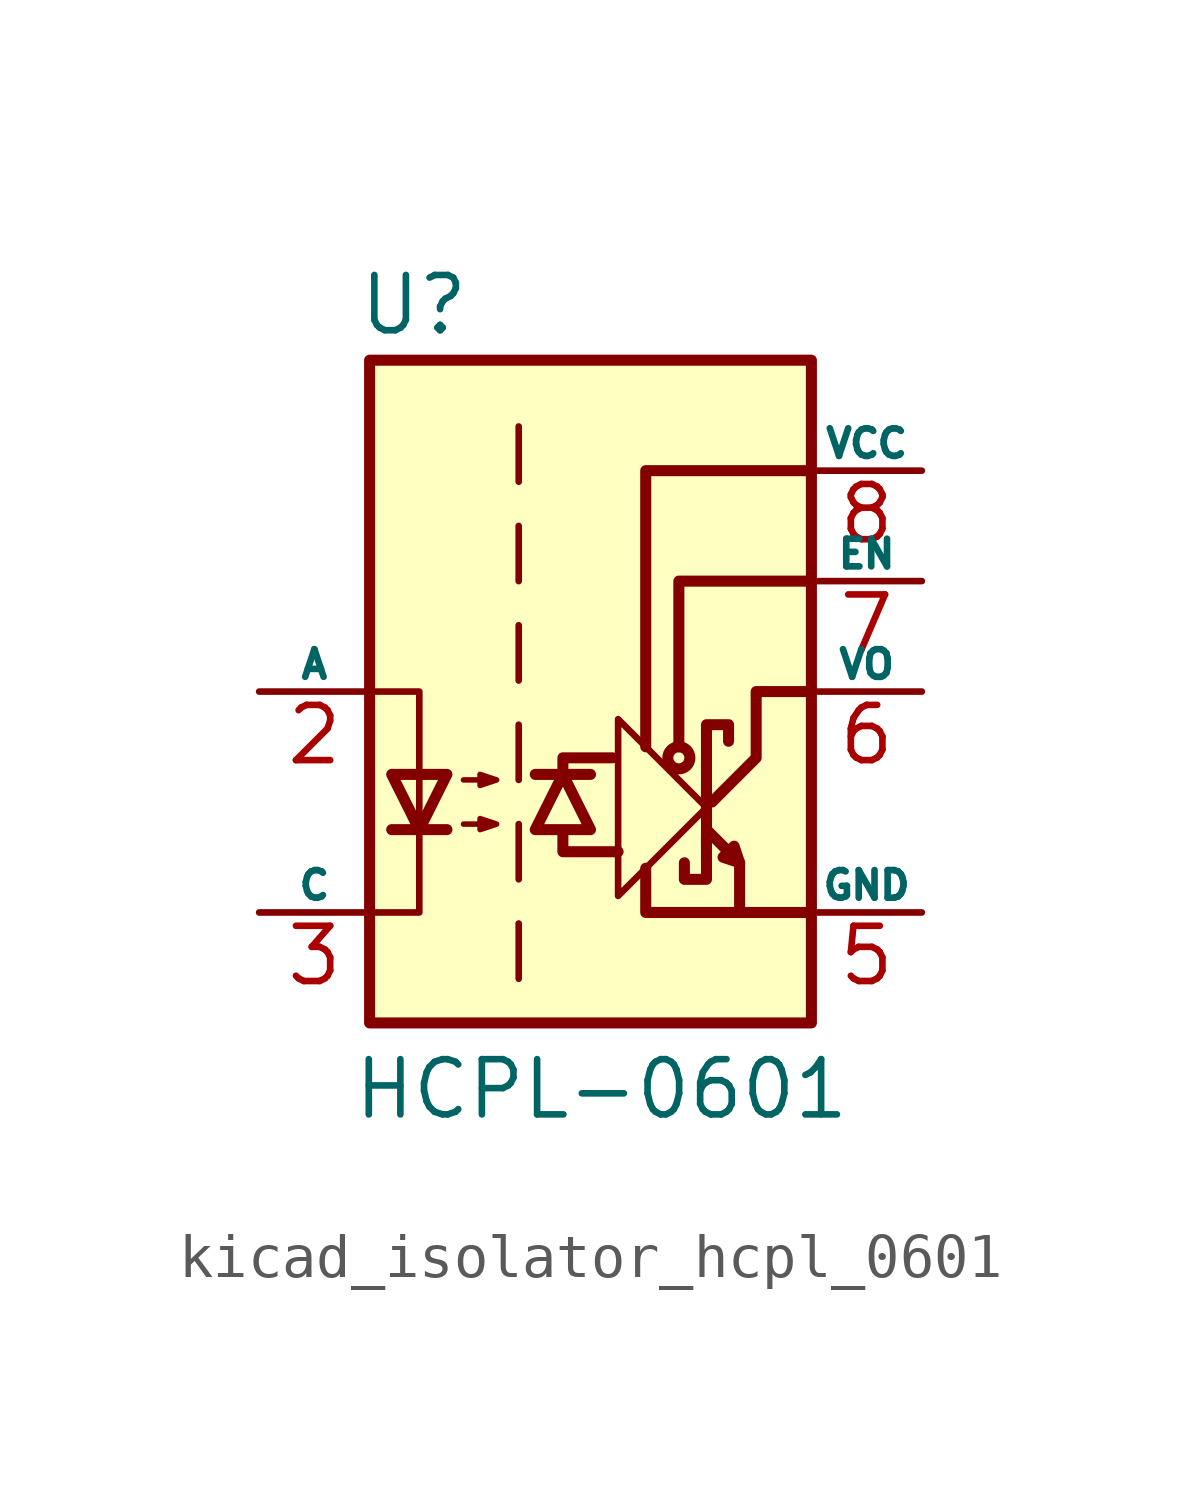
<source format=kicad_sym>
(kicad_symbol_lib
  (version 20220914)
  (generator kicad_symbol_editor)
  (symbol "kicad_isolator_hcpl_0601"
    (pin_names
      (offset 0))
    (property "Reference" "U"
      (at -4.064 8.89 0)
      (effects (font (size 1.27 1.27))))
    (property "Value" "HCPL-0601"
      (at 0.254 -9.144 0)
      (effects (font (size 1.27 1.27))))
    (symbol "kicad_isolator_hcpl_0601_0_1"
      (polyline (pts (xy 2.667 -3.556) (xy 2.667 -1.651)) (stroke (width 0.254) (type default)) (fill (type none)))
      (polyline (pts (xy 2.667 -2.159) (xy 2.667 -2.921)) (stroke (width 0.254) (type default)) (fill (type none)))
      (polyline (pts (xy 3.429 -3.937) (xy 3.429 -5.08)) (stroke (width 0.254) (type default)) (fill (type none)))
      (polyline (pts (xy -0.635 -3.302) (xy -0.635 -3.683) (xy 0.635 -3.683)) (stroke (width 0.254) (type default)) (fill (type none)))
      (polyline (pts (xy -0.635 -1.905) (xy -0.635 -1.524) (xy 0.508 -1.524)) (stroke (width 0.254) (type default)) (fill (type none)))
      (polyline (pts (xy 1.27 -4.064) (xy 1.27 -5.08) (xy 5.08 -5.08)) (stroke (width 0.254) (type default)) (fill (type none)))
      (polyline (pts (xy 1.27 -1.27) (xy 1.27 5.08) (xy 5.08 5.08)) (stroke (width 0.254) (type default)) (fill (type none)))
      (polyline (pts (xy 2.032 -1.27) (xy 2.032 2.54) (xy 5.08 2.54)) (stroke (width 0.254) (type default)) (fill (type none)))
      (polyline (pts (xy -5.08 -5.08) (xy -3.937 -5.08) (xy -3.937 0) (xy -5.08 0)) (stroke (width 0) (type default)) (fill (type none)))
      (polyline (pts (xy 2.667 -3.302) (xy 2.667 -4.318) (xy 2.159 -4.318) (xy 2.159 -3.937)) (stroke (width 0.254) (type default)) (fill (type none)))
      (polyline (pts (xy 2.667 -2.667) (xy 0.635 -4.699) (xy 0.635 -0.635) (xy 2.667 -2.667)) (stroke (width 0) (type default)) (fill (type none)))
      (polyline (pts (xy 2.667 -1.778) (xy 2.667 -0.762) (xy 3.175 -0.762) (xy 3.175 -1.143)) (stroke (width 0.254) (type default)) (fill (type none)))
      (polyline (pts (xy 2.794 -2.54) (xy 3.81 -1.524) (xy 3.81 0) (xy 5.08 0)) (stroke (width 0.254) (type default)) (fill (type none)))
      (polyline (pts (xy 2.667 -3.175) (xy 3.429 -3.937) (xy 3.302 -3.556) (xy 3.048 -3.81) (xy 3.429 -3.937)) (stroke (width 0.254) (type default)) (fill (type none)))
      (circle (center 2.032 -1.524) (radius 0.254) (stroke (width 0.254) (type default)) (fill (type none))))
    (symbol "kicad_isolator_hcpl_0601_1_1"
      (rectangle (start -5.08 7.62) (end 5.08 -7.62) (stroke (width 0.254) (type default)) (fill (type background)))
      (polyline (pts (xy -4.572 -3.175) (xy -3.302 -3.175)) (stroke (width 0.254) (type default)) (fill (type none)))
      (polyline (pts (xy -1.651 -5.334) (xy -1.651 -6.604)) (stroke (width 0) (type default)) (fill (type none)))
      (polyline (pts (xy -1.651 -3.048) (xy -1.651 -4.318)) (stroke (width 0) (type default)) (fill (type none)))
      (polyline (pts (xy -1.651 -0.762) (xy -1.651 -2.032)) (stroke (width 0) (type default)) (fill (type none)))
      (polyline (pts (xy -1.651 1.524) (xy -1.651 0.254)) (stroke (width 0) (type default)) (fill (type none)))
      (polyline (pts (xy -1.651 3.81) (xy -1.651 2.54)) (stroke (width 0) (type default)) (fill (type none)))
      (polyline (pts (xy -1.651 6.096) (xy -1.651 4.826)) (stroke (width 0) (type default)) (fill (type none)))
      (polyline (pts (xy -1.27 -1.905) (xy 0 -1.905)) (stroke (width 0.254) (type default)) (fill (type none)))
      (polyline (pts (xy -3.937 -3.175) (xy -4.572 -1.905) (xy -3.302 -1.905) (xy -3.937 -3.175)) (stroke (width 0.254) (type default)) (fill (type none)))
      (polyline (pts (xy -0.635 -1.905) (xy -1.27 -3.175) (xy 0 -3.175) (xy -0.635 -1.905)) (stroke (width 0.254) (type default)) (fill (type none)))
      (polyline (pts (xy -2.921 -3.048) (xy -2.159 -3.048) (xy -2.54 -3.175) (xy -2.54 -2.921) (xy -2.159 -3.048)) (stroke (width 0.127) (type default)) (fill (type none)))
      (polyline (pts (xy -2.921 -2.032) (xy -2.159 -2.032) (xy -2.54 -2.159) (xy -2.54 -1.905) (xy -2.159 -2.032)) (stroke (width 0.127) (type default)) (fill (type none)))
      (pin no_connect line (at -5.08 5.08 0) (length 2.54) hide (name "NC" (effects (font (size 0.635 0.635)))) (number "1" (effects (font (size 1.27 1.27)))))
      (pin passive line (at -7.62 0 0) (length 2.54) (name "A" (effects (font (size 0.635 0.635)))) (number "2" (effects (font (size 1.27 1.27)))))
      (pin passive line (at -7.62 -5.08 0) (length 2.54) (name "C" (effects (font (size 0.635 0.635)))) (number "3" (effects (font (size 1.27 1.27)))))
      (pin power_in line (at 7.62 -5.08 180) (length 2.54) (name "GND" (effects (font (size 0.635 0.635)))) (number "5" (effects (font (size 1.27 1.27)))))
      (pin open_collector line (at 7.62 0 180) (length 2.54) (name "VO" (effects (font (size 0.635 0.635)))) (number "6" (effects (font (size 1.27 1.27)))))
      (pin input line (at 7.62 2.54 180) (length 2.54) (name "EN" (effects (font (size 0.635 0.635)))) (number "7" (effects (font (size 1.27 1.27)))))
      (pin power_in line (at 7.62 5.08 180) (length 2.54) (name "VCC" (effects (font (size 0.635 0.635)))) (number "8" (effects (font (size 1.27 1.27))))))))
</source>
